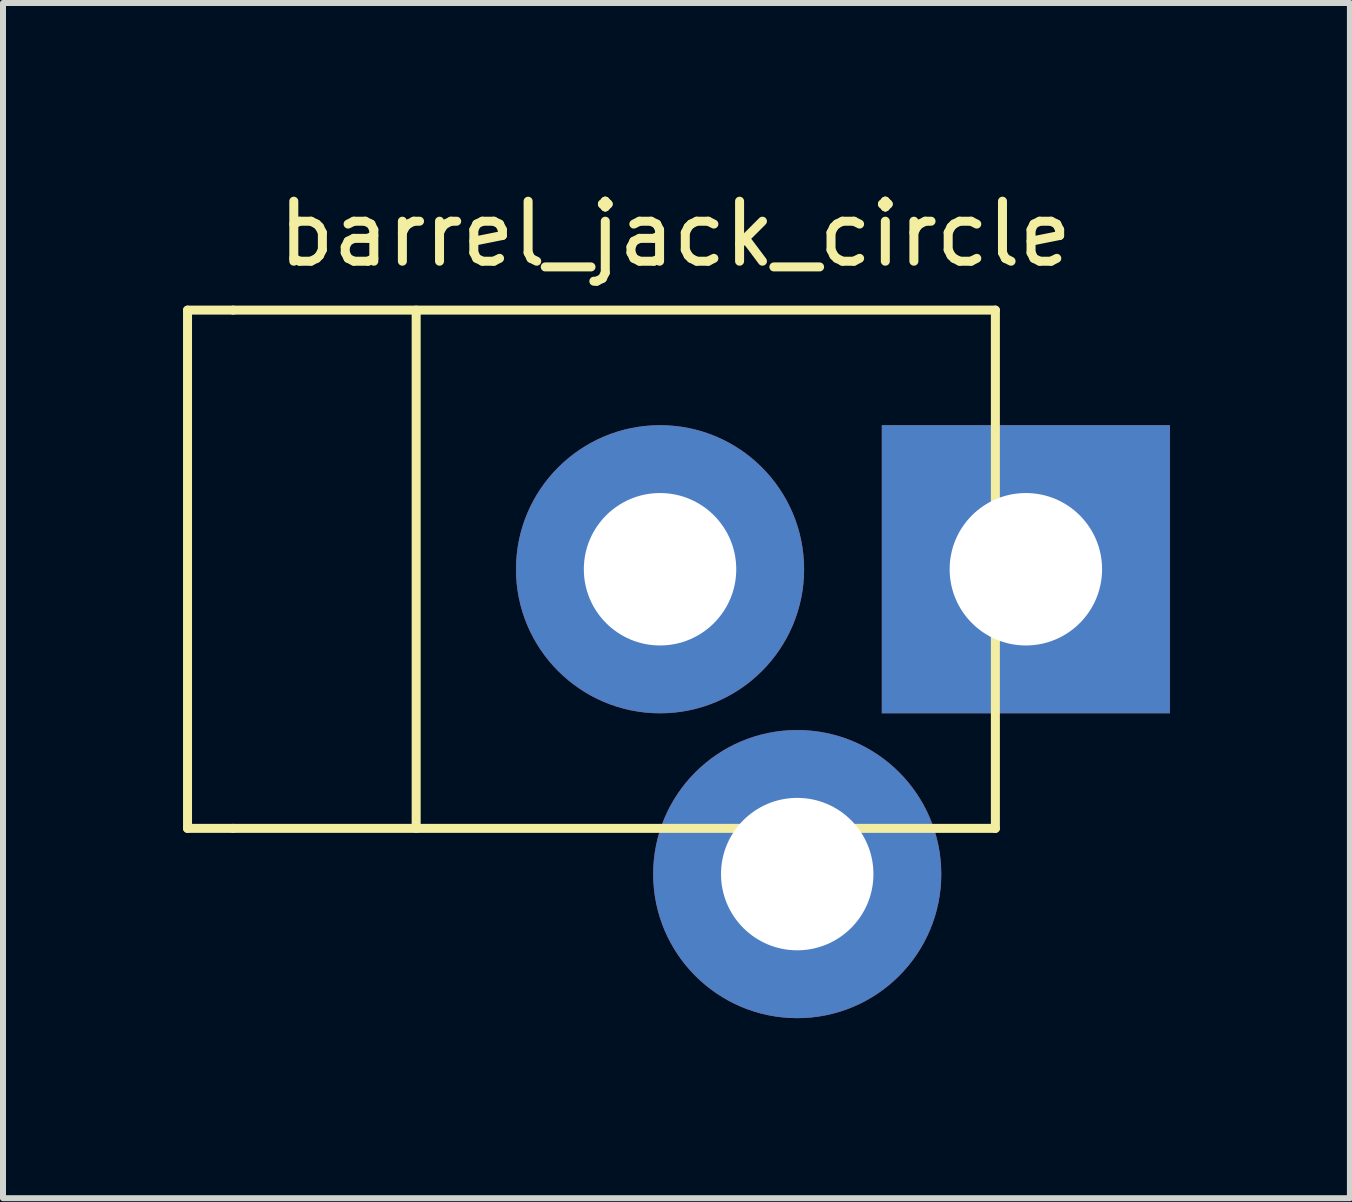
<source format=kicad_pcb>
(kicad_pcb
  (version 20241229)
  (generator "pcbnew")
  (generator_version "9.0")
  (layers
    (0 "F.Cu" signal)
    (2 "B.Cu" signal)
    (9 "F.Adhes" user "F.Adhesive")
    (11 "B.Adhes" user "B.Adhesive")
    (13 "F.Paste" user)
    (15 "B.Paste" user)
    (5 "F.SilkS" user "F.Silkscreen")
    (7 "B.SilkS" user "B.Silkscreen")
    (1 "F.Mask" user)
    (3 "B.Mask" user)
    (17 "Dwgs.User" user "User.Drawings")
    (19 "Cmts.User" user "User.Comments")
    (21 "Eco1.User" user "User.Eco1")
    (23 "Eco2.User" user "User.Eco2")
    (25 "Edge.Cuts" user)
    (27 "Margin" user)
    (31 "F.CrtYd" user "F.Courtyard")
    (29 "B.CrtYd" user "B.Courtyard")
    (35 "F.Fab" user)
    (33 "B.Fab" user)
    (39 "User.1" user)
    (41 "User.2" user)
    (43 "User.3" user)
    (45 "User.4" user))
  (footprint "barrel_jack_circle"
    (layer "F.Cu")
    (at 7.949 6.436)
    (property "Reference" "barrel_jack_circle" (at 0.254 -5.588 0) (layer "F.SilkS") (effects (font (size 1 1) (thickness 0.15))))
    (attr through_hole)
    (fp_line (start -7.874 -4.318) (end -7.874 4.318) (stroke (width 0.15) (type solid)) (layer "F.SilkS"))
    (fp_line (start -7.874 4.318) (end -7.112 4.318) (stroke (width 0.15) (type solid)) (layer "F.SilkS"))
    (fp_line (start -7.112 -4.318) (end -7.874 -4.318) (stroke (width 0.15) (type solid)) (layer "F.SilkS"))
    (fp_line (start -7.112 -4.318) (end 5.588 -4.318) (stroke (width 0.15) (type solid)) (layer "F.SilkS"))
    (fp_line (start -7.112 4.318) (end 5.588 4.318) (stroke (width 0.15) (type solid)) (layer "F.SilkS"))
    (fp_line (start -4.064 -4.318) (end -4.064 4.318) (stroke (width 0.15) (type solid)) (layer "F.SilkS"))
    (fp_line (start 5.588 -4.318) (end 5.588 4.318) (stroke (width 0.15) (type solid)) (layer "F.SilkS"))
    (pad "1" thru_hole rect (at 6.096 0) (size 4.801 4.801) (drill 2.54) (layers "*.Cu" "*.Mask"))
    (pad "2" thru_hole circle (at 0 0) (size 4.801 4.801) (drill 2.54) (layers "*.Cu" "*.Mask"))
    (pad "3" thru_hole circle (at 2.286 5.08) (size 4.801 4.801) (drill 2.54) (layers "*.Cu" "*.Mask")))
  (gr_rect
    (start -3 -3)
    (end 19.445 16.917)
    (stroke (width 0.1) (type default))
    (fill no)
    (layer "Edge.Cuts")))
</source>
